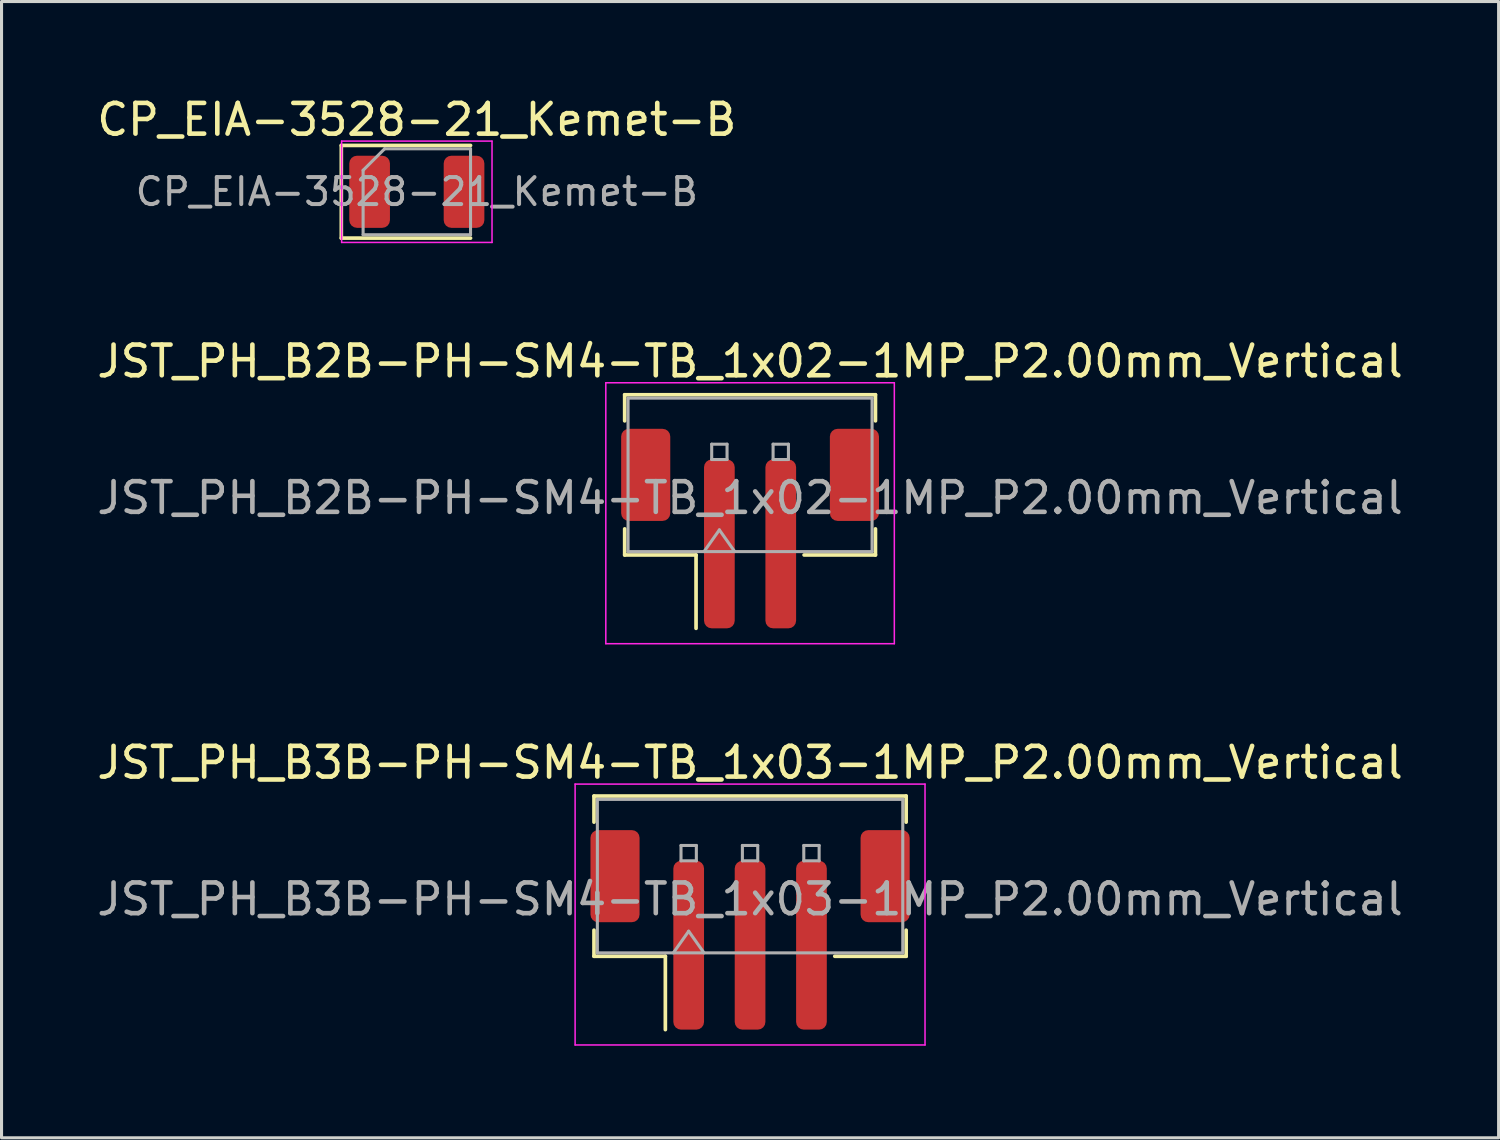
<source format=kicad_pcb>
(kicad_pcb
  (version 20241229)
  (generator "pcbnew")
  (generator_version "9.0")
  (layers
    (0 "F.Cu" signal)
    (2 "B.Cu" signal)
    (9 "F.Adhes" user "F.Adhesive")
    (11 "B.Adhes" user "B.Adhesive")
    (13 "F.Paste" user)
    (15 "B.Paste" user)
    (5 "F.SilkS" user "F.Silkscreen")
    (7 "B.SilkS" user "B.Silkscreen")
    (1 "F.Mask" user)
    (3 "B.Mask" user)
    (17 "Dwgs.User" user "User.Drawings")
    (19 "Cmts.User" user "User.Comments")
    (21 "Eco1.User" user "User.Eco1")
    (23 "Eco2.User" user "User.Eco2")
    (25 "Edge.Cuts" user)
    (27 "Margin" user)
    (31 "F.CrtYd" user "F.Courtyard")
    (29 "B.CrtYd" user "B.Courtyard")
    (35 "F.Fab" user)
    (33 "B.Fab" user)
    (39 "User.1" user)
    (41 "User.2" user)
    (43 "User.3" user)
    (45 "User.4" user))
  (footprint "JST_PH_B3B-PH-SM4-TB_1x03-1MP_P2.00mm_Vertical"
    (layer "F.Cu")
    (at 21.387 27.245)
    (property "Reference" "JST_PH_B3B-PH-SM4-TB_1x03-1MP_P2.00mm_Vertical" (at 0 -5.45 0) (layer "F.SilkS") (effects (font (size 1 1) (thickness 0.15))))
    (attr smd)
    (fp_line (start -5.085 -4.36) (end 5.085 -4.36) (stroke (width 0.12) (type solid)) (layer "F.SilkS"))
    (fp_line (start -5.085 -3.51) (end -5.085 -4.36) (stroke (width 0.12) (type solid)) (layer "F.SilkS"))
    (fp_line (start -5.085 0.01) (end -5.085 0.86) (stroke (width 0.12) (type solid)) (layer "F.SilkS"))
    (fp_line (start -5.085 0.86) (end -2.76 0.86) (stroke (width 0.12) (type solid)) (layer "F.SilkS"))
    (fp_line (start -2.76 0.86) (end -2.76 3.25) (stroke (width 0.12) (type solid)) (layer "F.SilkS"))
    (fp_line (start 5.085 -4.36) (end 5.085 -3.51) (stroke (width 0.12) (type solid)) (layer "F.SilkS"))
    (fp_line (start 5.085 0.01) (end 5.085 0.86) (stroke (width 0.12) (type solid)) (layer "F.SilkS"))
    (fp_line (start 5.085 0.86) (end 2.76 0.86) (stroke (width 0.12) (type solid)) (layer "F.SilkS"))
    (fp_line (start -5.7 -4.75) (end -5.7 3.75) (stroke (width 0.05) (type solid)) (layer "F.CrtYd"))
    (fp_line (start -5.7 3.75) (end 5.7 3.75) (stroke (width 0.05) (type solid)) (layer "F.CrtYd"))
    (fp_line (start 5.7 -4.75) (end -5.7 -4.75) (stroke (width 0.05) (type solid)) (layer "F.CrtYd"))
    (fp_line (start 5.7 3.75) (end 5.7 -4.75) (stroke (width 0.05) (type solid)) (layer "F.CrtYd"))
    (fp_line (start -4.975 -4.25) (end 4.975 -4.25) (stroke (width 0.1) (type solid)) (layer "F.Fab"))
    (fp_line (start -4.975 0.75) (end -4.975 -4.25) (stroke (width 0.1) (type solid)) (layer "F.Fab"))
    (fp_line (start -4.975 0.75) (end 4.975 0.75) (stroke (width 0.1) (type solid)) (layer "F.Fab"))
    (fp_line (start -2.5 0.75) (end -2 0.043) (stroke (width 0.1) (type solid)) (layer "F.Fab"))
    (fp_line (start -2.25 -2.75) (end -2.25 -2.25) (stroke (width 0.1) (type solid)) (layer "F.Fab"))
    (fp_line (start -2.25 -2.25) (end -1.75 -2.25) (stroke (width 0.1) (type solid)) (layer "F.Fab"))
    (fp_line (start -2 0.043) (end -1.5 0.75) (stroke (width 0.1) (type solid)) (layer "F.Fab"))
    (fp_line (start -1.75 -2.75) (end -2.25 -2.75) (stroke (width 0.1) (type solid)) (layer "F.Fab"))
    (fp_line (start -1.75 -2.25) (end -1.75 -2.75) (stroke (width 0.1) (type solid)) (layer "F.Fab"))
    (fp_line (start -0.25 -2.75) (end -0.25 -2.25) (stroke (width 0.1) (type solid)) (layer "F.Fab"))
    (fp_line (start -0.25 -2.25) (end 0.25 -2.25) (stroke (width 0.1) (type solid)) (layer "F.Fab"))
    (fp_line (start 0.25 -2.75) (end -0.25 -2.75) (stroke (width 0.1) (type solid)) (layer "F.Fab"))
    (fp_line (start 0.25 -2.25) (end 0.25 -2.75) (stroke (width 0.1) (type solid)) (layer "F.Fab"))
    (fp_line (start 1.75 -2.75) (end 1.75 -2.25) (stroke (width 0.1) (type solid)) (layer "F.Fab"))
    (fp_line (start 1.75 -2.25) (end 2.25 -2.25) (stroke (width 0.1) (type solid)) (layer "F.Fab"))
    (fp_line (start 2.25 -2.75) (end 1.75 -2.75) (stroke (width 0.1) (type solid)) (layer "F.Fab"))
    (fp_line (start 2.25 -2.25) (end 2.25 -2.75) (stroke (width 0.1) (type solid)) (layer "F.Fab"))
    (fp_line (start 4.975 0.75) (end 4.975 -4.25) (stroke (width 0.1) (type solid)) (layer "F.Fab"))
    (fp_text user "${REFERENCE}" (at 0 -1 0) (layer "F.Fab") (effects (font (size 1 1) (thickness 0.15))))
    (pad "1" smd roundrect (at -2 0.5) (size 1 5.5) (layers "F.Cu" "F.Mask" "F.Paste") (roundrect_rratio 0.25))
    (pad "2" smd roundrect (at 0 0.5) (size 1 5.5) (layers "F.Cu" "F.Mask" "F.Paste") (roundrect_rratio 0.25))
    (pad "3" smd roundrect (at 2 0.5) (size 1 5.5) (layers "F.Cu" "F.Mask" "F.Paste") (roundrect_rratio 0.25))
    (pad "MP" smd roundrect (at -4.4 -1.75) (size 1.6 3) (layers "F.Cu" "F.Mask" "F.Paste") (roundrect_rratio 0.156))
    (pad "MP" smd roundrect (at 4.4 -1.75) (size 1.6 3) (layers "F.Cu" "F.Mask" "F.Paste") (roundrect_rratio 0.156)))
  (footprint "CP_EIA-3528-21_Kemet-B"
    (layer "F.Cu")
    (at 10.53 3.198)
    (property "Reference" "CP_EIA-3528-21_Kemet-B" (at 0 -2.35 0) (layer "F.SilkS") (effects (font (size 1 1) (thickness 0.15))))
    (attr smd)
    (fp_line (start -2.46 -1.51) (end -2.46 1.51) (stroke (width 0.12) (type solid)) (layer "F.SilkS"))
    (fp_line (start -2.46 1.51) (end 1.75 1.51) (stroke (width 0.12) (type solid)) (layer "F.SilkS"))
    (fp_line (start 1.75 -1.51) (end -2.46 -1.51) (stroke (width 0.12) (type solid)) (layer "F.SilkS"))
    (fp_line (start -2.45 -1.65) (end 2.45 -1.65) (stroke (width 0.05) (type solid)) (layer "F.CrtYd"))
    (fp_line (start -2.45 1.65) (end -2.45 -1.65) (stroke (width 0.05) (type solid)) (layer "F.CrtYd"))
    (fp_line (start 2.45 -1.65) (end 2.45 1.65) (stroke (width 0.05) (type solid)) (layer "F.CrtYd"))
    (fp_line (start 2.45 1.65) (end -2.45 1.65) (stroke (width 0.05) (type solid)) (layer "F.CrtYd"))
    (fp_line (start -1.75 -0.7) (end -1.75 1.4) (stroke (width 0.1) (type solid)) (layer "F.Fab"))
    (fp_line (start -1.75 1.4) (end 1.75 1.4) (stroke (width 0.1) (type solid)) (layer "F.Fab"))
    (fp_line (start -1.05 -1.4) (end -1.75 -0.7) (stroke (width 0.1) (type solid)) (layer "F.Fab"))
    (fp_line (start 1.75 -1.4) (end -1.05 -1.4) (stroke (width 0.1) (type solid)) (layer "F.Fab"))
    (fp_line (start 1.75 1.4) (end 1.75 -1.4) (stroke (width 0.1) (type solid)) (layer "F.Fab"))
    (fp_text user "${REFERENCE}" (at 0 0 0) (layer "F.Fab") (effects (font (size 0.88 0.88) (thickness 0.13))))
    (pad "1" smd roundrect (at -1.538 0) (size 1.325 2.35) (layers "F.Cu" "F.Mask" "F.Paste") (roundrect_rratio 0.189))
    (pad "2" smd roundrect (at 1.538 0) (size 1.325 2.35) (layers "F.Cu" "F.Mask" "F.Paste") (roundrect_rratio 0.189)))
  (footprint "JST_PH_B2B-PH-SM4-TB_1x02-1MP_P2.00mm_Vertical"
    (layer "F.Cu")
    (at 21.387 14.171)
    (property "Reference" "JST_PH_B2B-PH-SM4-TB_1x02-1MP_P2.00mm_Vertical" (at 0 -5.45 0) (layer "F.SilkS") (effects (font (size 1 1) (thickness 0.15))))
    (attr smd)
    (fp_line (start -4.085 -4.36) (end 4.085 -4.36) (stroke (width 0.12) (type solid)) (layer "F.SilkS"))
    (fp_line (start -4.085 -3.51) (end -4.085 -4.36) (stroke (width 0.12) (type solid)) (layer "F.SilkS"))
    (fp_line (start -4.085 0.01) (end -4.085 0.86) (stroke (width 0.12) (type solid)) (layer "F.SilkS"))
    (fp_line (start -4.085 0.86) (end -1.76 0.86) (stroke (width 0.12) (type solid)) (layer "F.SilkS"))
    (fp_line (start -1.76 0.86) (end -1.76 3.25) (stroke (width 0.12) (type solid)) (layer "F.SilkS"))
    (fp_line (start 4.085 -4.36) (end 4.085 -3.51) (stroke (width 0.12) (type solid)) (layer "F.SilkS"))
    (fp_line (start 4.085 0.01) (end 4.085 0.86) (stroke (width 0.12) (type solid)) (layer "F.SilkS"))
    (fp_line (start 4.085 0.86) (end 1.76 0.86) (stroke (width 0.12) (type solid)) (layer "F.SilkS"))
    (fp_line (start -4.7 -4.75) (end -4.7 3.75) (stroke (width 0.05) (type solid)) (layer "F.CrtYd"))
    (fp_line (start -4.7 3.75) (end 4.7 3.75) (stroke (width 0.05) (type solid)) (layer "F.CrtYd"))
    (fp_line (start 4.7 -4.75) (end -4.7 -4.75) (stroke (width 0.05) (type solid)) (layer "F.CrtYd"))
    (fp_line (start 4.7 3.75) (end 4.7 -4.75) (stroke (width 0.05) (type solid)) (layer "F.CrtYd"))
    (fp_line (start -3.975 -4.25) (end 3.975 -4.25) (stroke (width 0.1) (type solid)) (layer "F.Fab"))
    (fp_line (start -3.975 0.75) (end -3.975 -4.25) (stroke (width 0.1) (type solid)) (layer "F.Fab"))
    (fp_line (start -3.975 0.75) (end 3.975 0.75) (stroke (width 0.1) (type solid)) (layer "F.Fab"))
    (fp_line (start -1.5 0.75) (end -1 0.043) (stroke (width 0.1) (type solid)) (layer "F.Fab"))
    (fp_line (start -1.25 -2.75) (end -1.25 -2.25) (stroke (width 0.1) (type solid)) (layer "F.Fab"))
    (fp_line (start -1.25 -2.25) (end -0.75 -2.25) (stroke (width 0.1) (type solid)) (layer "F.Fab"))
    (fp_line (start -1 0.043) (end -0.5 0.75) (stroke (width 0.1) (type solid)) (layer "F.Fab"))
    (fp_line (start -0.75 -2.75) (end -1.25 -2.75) (stroke (width 0.1) (type solid)) (layer "F.Fab"))
    (fp_line (start -0.75 -2.25) (end -0.75 -2.75) (stroke (width 0.1) (type solid)) (layer "F.Fab"))
    (fp_line (start 0.75 -2.75) (end 0.75 -2.25) (stroke (width 0.1) (type solid)) (layer "F.Fab"))
    (fp_line (start 0.75 -2.25) (end 1.25 -2.25) (stroke (width 0.1) (type solid)) (layer "F.Fab"))
    (fp_line (start 1.25 -2.75) (end 0.75 -2.75) (stroke (width 0.1) (type solid)) (layer "F.Fab"))
    (fp_line (start 1.25 -2.25) (end 1.25 -2.75) (stroke (width 0.1) (type solid)) (layer "F.Fab"))
    (fp_line (start 3.975 0.75) (end 3.975 -4.25) (stroke (width 0.1) (type solid)) (layer "F.Fab"))
    (fp_text user "${REFERENCE}" (at 0 -1 0) (layer "F.Fab") (effects (font (size 1 1) (thickness 0.15))))
    (pad "1" smd roundrect (at -1 0.5) (size 1 5.5) (layers "F.Cu" "F.Mask" "F.Paste") (roundrect_rratio 0.25))
    (pad "2" smd roundrect (at 1 0.5) (size 1 5.5) (layers "F.Cu" "F.Mask" "F.Paste") (roundrect_rratio 0.25))
    (pad "SH" smd roundrect (at -3.4 -1.75) (size 1.6 3) (layers "F.Cu" "F.Mask" "F.Paste") (roundrect_rratio 0.156))
    (pad "SH" smd roundrect (at 3.4 -1.75) (size 1.6 3) (layers "F.Cu" "F.Mask" "F.Paste") (roundrect_rratio 0.156)))
  (gr_rect
    (start -3 -3)
    (end 45.774 34.02)
    (stroke (width 0.1) (type default))
    (fill no)
    (layer "Edge.Cuts")))
</source>
